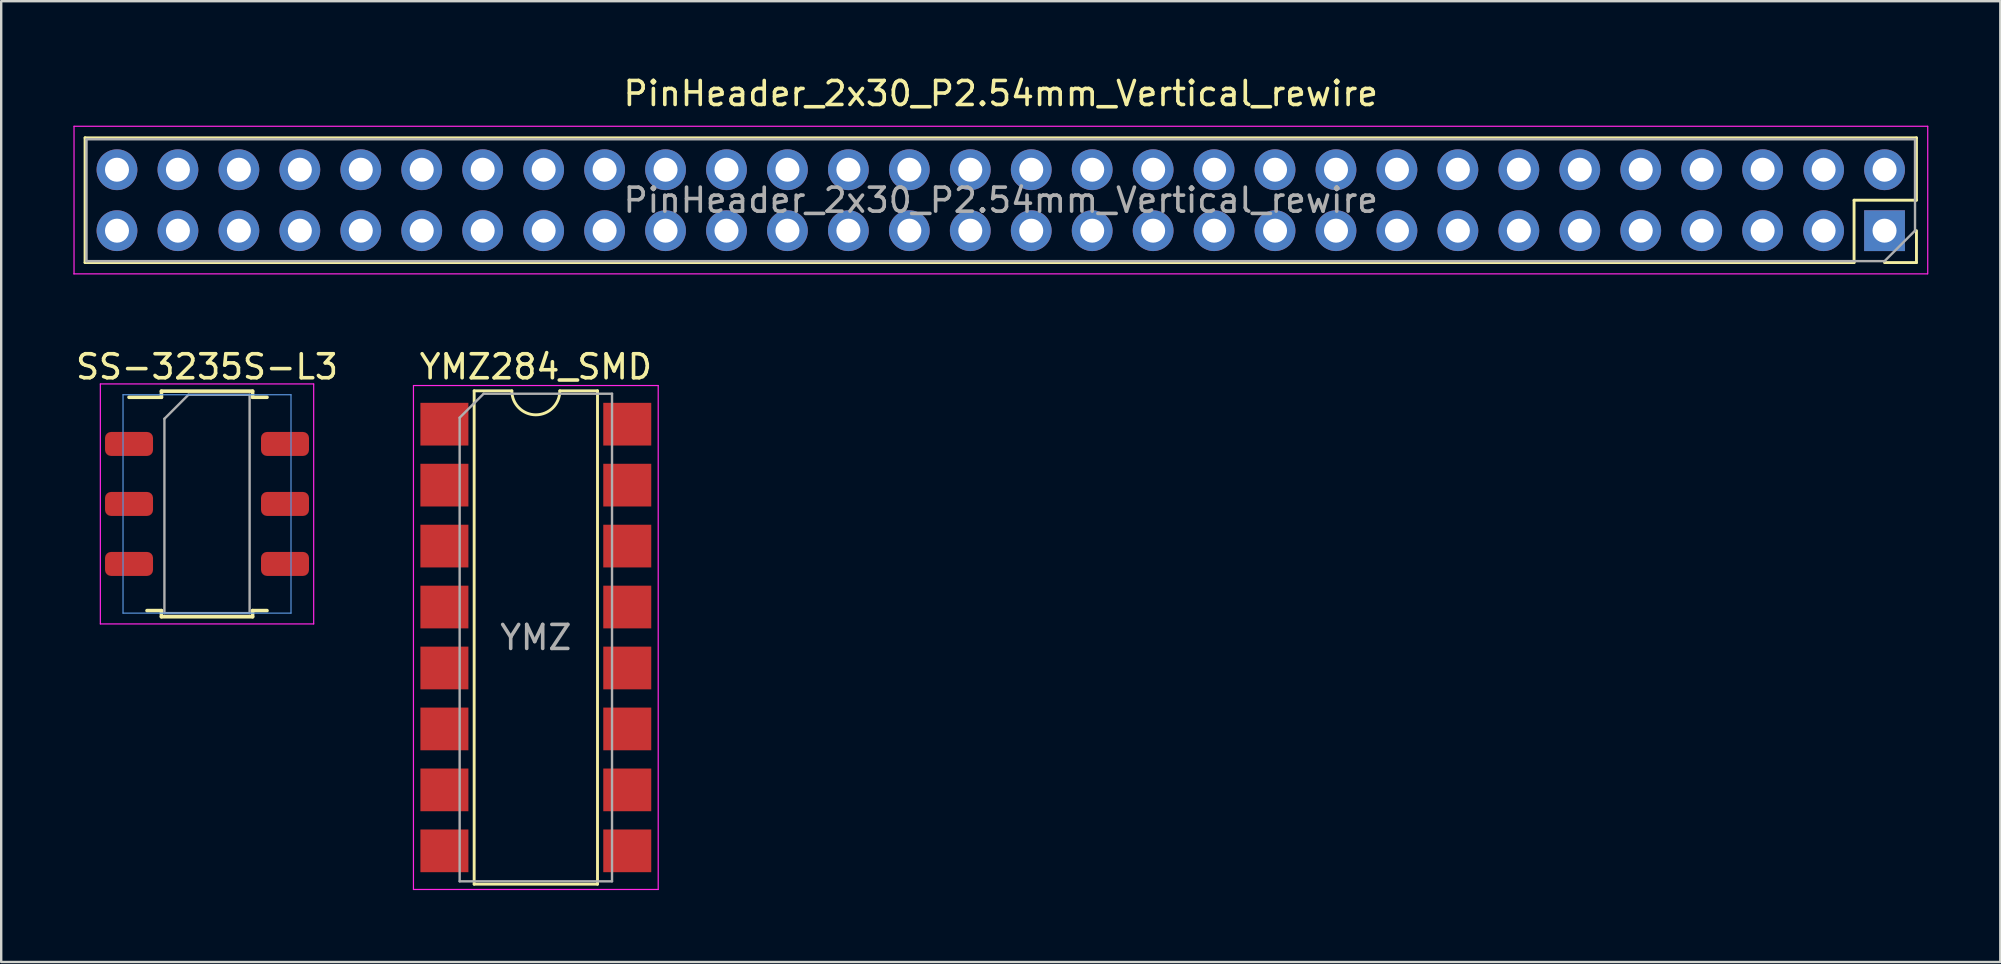
<source format=kicad_pcb>
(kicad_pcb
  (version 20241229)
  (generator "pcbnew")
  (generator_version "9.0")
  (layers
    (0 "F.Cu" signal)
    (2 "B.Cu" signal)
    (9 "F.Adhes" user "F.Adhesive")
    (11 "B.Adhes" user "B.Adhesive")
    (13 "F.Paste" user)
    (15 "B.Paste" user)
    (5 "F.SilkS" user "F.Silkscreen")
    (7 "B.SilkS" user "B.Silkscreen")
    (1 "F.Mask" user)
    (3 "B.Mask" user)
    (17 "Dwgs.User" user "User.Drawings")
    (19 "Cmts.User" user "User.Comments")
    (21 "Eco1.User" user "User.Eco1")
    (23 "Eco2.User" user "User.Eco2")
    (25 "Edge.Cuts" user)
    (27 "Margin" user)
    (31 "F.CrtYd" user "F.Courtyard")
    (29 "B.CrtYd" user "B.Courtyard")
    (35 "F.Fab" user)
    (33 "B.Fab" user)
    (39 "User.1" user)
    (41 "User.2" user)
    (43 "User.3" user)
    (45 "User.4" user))
  (footprint "SS-3235S-L3"
    (layer "F.Cu")
    (at 5.577 17.951)
    (property "Reference" "SS-3235S-L3" (at 0 -5.715 0) (layer "F.SilkS") (effects (font (size 1 1) (thickness 0.15))))
    (attr through_hole)
    (fp_line (start -3.25 -4.445) (end -1.9 -4.445) (stroke (width 0.15) (type solid)) (layer "F.SilkS"))
    (fp_line (start -2.5 4.445) (end -1.9 4.445) (stroke (width 0.15) (type solid)) (layer "F.SilkS"))
    (fp_line (start -1.9 -4.7) (end -1.9 -4.445) (stroke (width 0.15) (type solid)) (layer "F.SilkS"))
    (fp_line (start -1.9 -4.7) (end 1.9 -4.7) (stroke (width 0.15) (type solid)) (layer "F.SilkS"))
    (fp_line (start -1.9 4.445) (end -1.9 4.7) (stroke (width 0.15) (type solid)) (layer "F.SilkS"))
    (fp_line (start 1.9 -4.445) (end 1.9 -4.7) (stroke (width 0.15) (type solid)) (layer "F.SilkS"))
    (fp_line (start 1.9 4.445) (end 1.9 4.7) (stroke (width 0.15) (type solid)) (layer "F.SilkS"))
    (fp_line (start 1.9 4.7) (end -1.9 4.7) (stroke (width 0.15) (type solid)) (layer "F.SilkS"))
    (fp_line (start 2.5 -4.445) (end 1.9 -4.445) (stroke (width 0.15) (type solid)) (layer "F.SilkS"))
    (fp_line (start 2.5 4.445) (end 1.9 4.445) (stroke (width 0.15) (type solid)) (layer "F.SilkS"))
    (fp_line (start -3.5 -4.55) (end 3.5 -4.55) (stroke (width 0.05) (type solid)) (layer "Cmts.User"))
    (fp_line (start -3.5 4.55) (end -3.5 -4.55) (stroke (width 0.05) (type solid)) (layer "Cmts.User"))
    (fp_line (start 3.5 4.55) (end -3.5 4.55) (stroke (width 0.05) (type solid)) (layer "Cmts.User"))
    (fp_line (start 3.5 4.55) (end 3.5 -4.55) (stroke (width 0.05) (type solid)) (layer "Cmts.User"))
    (fp_line (start -4.445 -5) (end -4.445 5) (stroke (width 0.05) (type solid)) (layer "F.CrtYd"))
    (fp_line (start -4.445 5) (end 4.445 5) (stroke (width 0.05) (type solid)) (layer "F.CrtYd"))
    (fp_line (start 4.445 -5) (end -4.445 -5) (stroke (width 0.05) (type solid)) (layer "F.CrtYd"))
    (fp_line (start 4.445 -5) (end 4.445 5) (stroke (width 0.05) (type solid)) (layer "F.CrtYd"))
    (fp_line (start -1.775 -3.55) (end -0.775 -4.55) (stroke (width 0.1) (type solid)) (layer "F.Fab"))
    (fp_line (start -1.775 4.55) (end -1.775 -3.55) (stroke (width 0.1) (type solid)) (layer "F.Fab"))
    (fp_line (start -1.775 4.55) (end 1.775 4.55) (stroke (width 0.1) (type solid)) (layer "F.Fab"))
    (fp_line (start -0.775 -4.55) (end 1.775 -4.55) (stroke (width 0.1) (type solid)) (layer "F.Fab"))
    (fp_line (start 1.775 4.55) (end 1.775 -4.55) (stroke (width 0.1) (type solid)) (layer "F.Fab"))
    (pad "1" smd roundrect (at -3.25 -2.5 90) (size 1 2) (layers "F.Cu" "F.Mask" "F.Paste") (roundrect_rratio 0.25))
    (pad "2" smd roundrect (at -3.25 0 90) (size 1 2) (layers "F.Cu" "F.Mask" "F.Paste") (roundrect_rratio 0.25))
    (pad "3" smd roundrect (at -3.25 2.5 90) (size 1 2) (layers "F.Cu" "F.Mask" "F.Paste") (roundrect_rratio 0.25))
    (pad "4" smd roundrect (at 3.25 -2.5 90) (size 1 2) (layers "F.Cu" "F.Mask" "F.Paste") (roundrect_rratio 0.25))
    (pad "5" smd roundrect (at 3.25 0 90) (size 1 2) (layers "F.Cu" "F.Mask" "F.Paste") (roundrect_rratio 0.25))
    (pad "6" smd roundrect (at 3.25 2.5 90) (size 1 2) (layers "F.Cu" "F.Mask" "F.Paste") (roundrect_rratio 0.25)))
  (footprint "PinHeader_2x30_P2.54mm_Vertical_rewire"
    (layer "F.Cu")
    (at 38.655 5.293)
    (property "Reference" "PinHeader_2x30_P2.54mm_Vertical_rewire" (at 0 -4.445 180) (layer "F.SilkS") (effects (font (size 1 1) (thickness 0.15))))
    (attr through_hole)
    (fp_line (start -38.16 2.6) (end -38.16 -2.6) (stroke (width 0.12) (type solid)) (layer "F.SilkS"))
    (fp_line (start 35.56 0) (end 38.16 0) (stroke (width 0.12) (type solid)) (layer "F.SilkS"))
    (fp_line (start 35.56 2.6) (end -38.16 2.6) (stroke (width 0.12) (type solid)) (layer "F.SilkS"))
    (fp_line (start 35.56 2.6) (end 35.56 0) (stroke (width 0.12) (type solid)) (layer "F.SilkS"))
    (fp_line (start 36.83 2.6) (end 38.16 2.6) (stroke (width 0.12) (type solid)) (layer "F.SilkS"))
    (fp_line (start 38.16 -2.6) (end -38.16 -2.6) (stroke (width 0.12) (type solid)) (layer "F.SilkS"))
    (fp_line (start 38.16 0) (end 38.16 -2.6) (stroke (width 0.12) (type solid)) (layer "F.SilkS"))
    (fp_line (start 38.16 2.6) (end 38.16 1.27) (stroke (width 0.12) (type solid)) (layer "F.SilkS"))
    (fp_line (start -38.63 3.07) (end 38.62 3.07) (stroke (width 0.05) (type solid)) (layer "F.CrtYd"))
    (fp_line (start -38.62 -3.08) (end 38.63 -3.08) (stroke (width 0.05) (type solid)) (layer "F.CrtYd"))
    (fp_line (start -38.62 3.07) (end -38.62 -3.08) (stroke (width 0.05) (type solid)) (layer "F.CrtYd"))
    (fp_line (start 38.63 -3.08) (end 38.63 3.07) (stroke (width 0.05) (type solid)) (layer "F.CrtYd"))
    (fp_line (start -38.1 -2.54) (end -38.1 2.54) (stroke (width 0.1) (type solid)) (layer "F.Fab"))
    (fp_line (start -38.1 2.54) (end 36.83 2.54) (stroke (width 0.1) (type solid)) (layer "F.Fab"))
    (fp_line (start 36.83 2.54) (end 38.1 1.27) (stroke (width 0.1) (type solid)) (layer "F.Fab"))
    (fp_line (start 38.1 -2.54) (end -38.1 -2.54) (stroke (width 0.1) (type solid)) (layer "F.Fab"))
    (fp_line (start 38.1 1.27) (end 38.1 -2.54) (stroke (width 0.1) (type solid)) (layer "F.Fab"))
    (fp_text user "${REFERENCE}" (at 0 0 180) (layer "F.Fab") (effects (font (size 1 1) (thickness 0.15))))
    (pad "1" thru_hole rect (at 36.83 1.27 270) (size 1.7 1.7) (drill 1) (layers "*.Cu" "*.Mask"))
    (pad "2" thru_hole oval (at 34.29 1.27 270) (size 1.7 1.7) (drill 1) (layers "*.Cu" "*.Mask"))
    (pad "3" thru_hole oval (at 31.75 1.27 270) (size 1.7 1.7) (drill 1) (layers "*.Cu" "*.Mask"))
    (pad "4" thru_hole oval (at 29.21 1.27 270) (size 1.7 1.7) (drill 1) (layers "*.Cu" "*.Mask"))
    (pad "5" thru_hole oval (at 26.67 1.27 270) (size 1.7 1.7) (drill 1) (layers "*.Cu" "*.Mask"))
    (pad "6" thru_hole oval (at 24.13 1.27 270) (size 1.7 1.7) (drill 1) (layers "*.Cu" "*.Mask"))
    (pad "7" thru_hole oval (at 21.59 1.27 270) (size 1.7 1.7) (drill 1) (layers "*.Cu" "*.Mask"))
    (pad "8" thru_hole oval (at 19.05 1.27 270) (size 1.7 1.7) (drill 1) (layers "*.Cu" "*.Mask"))
    (pad "9" thru_hole oval (at 16.51 1.27 270) (size 1.7 1.7) (drill 1) (layers "*.Cu" "*.Mask"))
    (pad "10" thru_hole oval (at 13.97 1.27 270) (size 1.7 1.7) (drill 1) (layers "*.Cu" "*.Mask"))
    (pad "11" thru_hole oval (at 11.43 1.27 270) (size 1.7 1.7) (drill 1) (layers "*.Cu" "*.Mask"))
    (pad "12" thru_hole oval (at 8.89 1.27 270) (size 1.7 1.7) (drill 1) (layers "*.Cu" "*.Mask"))
    (pad "13" thru_hole oval (at 6.35 1.27 270) (size 1.7 1.7) (drill 1) (layers "*.Cu" "*.Mask"))
    (pad "14" thru_hole oval (at 3.81 1.27 270) (size 1.7 1.7) (drill 1) (layers "*.Cu" "*.Mask"))
    (pad "15" thru_hole oval (at 1.27 1.27 270) (size 1.7 1.7) (drill 1) (layers "*.Cu" "*.Mask"))
    (pad "16" thru_hole oval (at -1.27 1.27 270) (size 1.7 1.7) (drill 1) (layers "*.Cu" "*.Mask"))
    (pad "17" thru_hole oval (at -3.81 1.27 270) (size 1.7 1.7) (drill 1) (layers "*.Cu" "*.Mask"))
    (pad "18" thru_hole oval (at -6.35 1.27 270) (size 1.7 1.7) (drill 1) (layers "*.Cu" "*.Mask"))
    (pad "19" thru_hole oval (at -8.89 1.27 270) (size 1.7 1.7) (drill 1) (layers "*.Cu" "*.Mask"))
    (pad "20" thru_hole oval (at -11.43 1.27 270) (size 1.7 1.7) (drill 1) (layers "*.Cu" "*.Mask"))
    (pad "21" thru_hole oval (at -13.97 1.27 270) (size 1.7 1.7) (drill 1) (layers "*.Cu" "*.Mask"))
    (pad "22" thru_hole oval (at -16.51 1.27 270) (size 1.7 1.7) (drill 1) (layers "*.Cu" "*.Mask"))
    (pad "23" thru_hole oval (at -19.05 1.27 270) (size 1.7 1.7) (drill 1) (layers "*.Cu" "*.Mask"))
    (pad "24" thru_hole oval (at -21.59 1.27 270) (size 1.7 1.7) (drill 1) (layers "*.Cu" "*.Mask"))
    (pad "25" thru_hole oval (at -24.13 1.27 270) (size 1.7 1.7) (drill 1) (layers "*.Cu" "*.Mask"))
    (pad "26" thru_hole oval (at -26.67 1.27 270) (size 1.7 1.7) (drill 1) (layers "*.Cu" "*.Mask"))
    (pad "27" thru_hole oval (at -29.21 1.27 270) (size 1.7 1.7) (drill 1) (layers "*.Cu" "*.Mask"))
    (pad "28" thru_hole oval (at -31.75 1.27 270) (size 1.7 1.7) (drill 1) (layers "*.Cu" "*.Mask"))
    (pad "29" thru_hole oval (at -34.29 1.27 270) (size 1.7 1.7) (drill 1) (layers "*.Cu" "*.Mask"))
    (pad "30" thru_hole oval (at -36.83 1.27 270) (size 1.7 1.7) (drill 1) (layers "*.Cu" "*.Mask"))
    (pad "31" thru_hole oval (at 36.83 -1.27 270) (size 1.7 1.7) (drill 1) (layers "*.Cu" "*.Mask"))
    (pad "32" thru_hole oval (at 34.29 -1.27 270) (size 1.7 1.7) (drill 1) (layers "*.Cu" "*.Mask"))
    (pad "33" thru_hole oval (at 31.75 -1.27 270) (size 1.7 1.7) (drill 1) (layers "*.Cu" "*.Mask"))
    (pad "34" thru_hole oval (at 29.21 -1.27 270) (size 1.7 1.7) (drill 1) (layers "*.Cu" "*.Mask"))
    (pad "35" thru_hole oval (at 26.67 -1.27 270) (size 1.7 1.7) (drill 1) (layers "*.Cu" "*.Mask"))
    (pad "36" thru_hole oval (at 24.13 -1.27 270) (size 1.7 1.7) (drill 1) (layers "*.Cu" "*.Mask"))
    (pad "37" thru_hole oval (at 21.59 -1.27 270) (size 1.7 1.7) (drill 1) (layers "*.Cu" "*.Mask"))
    (pad "38" thru_hole oval (at 19.05 -1.27 270) (size 1.7 1.7) (drill 1) (layers "*.Cu" "*.Mask"))
    (pad "39" thru_hole oval (at 16.51 -1.27 270) (size 1.7 1.7) (drill 1) (layers "*.Cu" "*.Mask"))
    (pad "40" thru_hole oval (at 13.97 -1.27 270) (size 1.7 1.7) (drill 1) (layers "*.Cu" "*.Mask"))
    (pad "41" thru_hole oval (at 11.43 -1.27 270) (size 1.7 1.7) (drill 1) (layers "*.Cu" "*.Mask"))
    (pad "42" thru_hole oval (at 8.89 -1.27 270) (size 1.7 1.7) (drill 1) (layers "*.Cu" "*.Mask"))
    (pad "43" thru_hole oval (at 6.35 -1.27 270) (size 1.7 1.7) (drill 1) (layers "*.Cu" "*.Mask"))
    (pad "44" thru_hole oval (at 3.81 -1.27 270) (size 1.7 1.7) (drill 1) (layers "*.Cu" "*.Mask"))
    (pad "45" thru_hole oval (at 1.27 -1.27 270) (size 1.7 1.7) (drill 1) (layers "*.Cu" "*.Mask"))
    (pad "46" thru_hole oval (at -1.27 -1.27 270) (size 1.7 1.7) (drill 1) (layers "*.Cu" "*.Mask"))
    (pad "47" thru_hole oval (at -3.81 -1.27 270) (size 1.7 1.7) (drill 1) (layers "*.Cu" "*.Mask"))
    (pad "48" thru_hole oval (at -6.35 -1.27 270) (size 1.7 1.7) (drill 1) (layers "*.Cu" "*.Mask"))
    (pad "49" thru_hole oval (at -8.89 -1.27 270) (size 1.7 1.7) (drill 1) (layers "*.Cu" "*.Mask"))
    (pad "50" thru_hole oval (at -11.43 -1.27 270) (size 1.7 1.7) (drill 1) (layers "*.Cu" "*.Mask"))
    (pad "51" thru_hole oval (at -13.97 -1.27 270) (size 1.7 1.7) (drill 1) (layers "*.Cu" "*.Mask"))
    (pad "52" thru_hole oval (at -16.51 -1.27 270) (size 1.7 1.7) (drill 1) (layers "*.Cu" "*.Mask"))
    (pad "53" thru_hole oval (at -19.05 -1.27 270) (size 1.7 1.7) (drill 1) (layers "*.Cu" "*.Mask"))
    (pad "54" thru_hole oval (at -21.59 -1.27 270) (size 1.7 1.7) (drill 1) (layers "*.Cu" "*.Mask"))
    (pad "55" thru_hole oval (at -24.13 -1.27 270) (size 1.7 1.7) (drill 1) (layers "*.Cu" "*.Mask"))
    (pad "56" thru_hole oval (at -26.67 -1.27 270) (size 1.7 1.7) (drill 1) (layers "*.Cu" "*.Mask"))
    (pad "57" thru_hole oval (at -29.21 -1.27 270) (size 1.7 1.7) (drill 1) (layers "*.Cu" "*.Mask"))
    (pad "58" thru_hole oval (at -31.75 -1.27 270) (size 1.7 1.7) (drill 1) (layers "*.Cu" "*.Mask"))
    (pad "59" thru_hole oval (at -34.29 -1.27 270) (size 1.7 1.7) (drill 1) (layers "*.Cu" "*.Mask"))
    (pad "60" thru_hole oval (at -36.83 -1.27 270) (size 1.7 1.7) (drill 1) (layers "*.Cu" "*.Mask")))
  (footprint "YMZ284_SMD"
    (layer "F.Cu")
    (at 19.28 23.517)
    (property "Reference" "YMZ284_SMD" (at 0 -11.28 0) (layer "F.SilkS") (effects (font (size 1 1) (thickness 0.15))))
    (attr smd)
    (fp_line (start -2.57 -10.28) (end -2.57 10.28) (stroke (width 0.12) (type solid)) (layer "F.SilkS"))
    (fp_line (start -2.57 10.28) (end 2.57 10.28) (stroke (width 0.12) (type solid)) (layer "F.SilkS"))
    (fp_line (start -1 -10.28) (end -2.57 -10.28) (stroke (width 0.12) (type solid)) (layer "F.SilkS"))
    (fp_line (start 2.57 -10.28) (end 1 -10.28) (stroke (width 0.12) (type solid)) (layer "F.SilkS"))
    (fp_line (start 2.57 10.28) (end 2.57 -10.28) (stroke (width 0.12) (type solid)) (layer "F.SilkS"))
    (fp_arc (start 1 -10.28) (mid 0 -9.28) (end -1 -10.28) (stroke (width 0.12) (type solid)) (layer "F.SilkS"))
    (fp_line (start -5.1 -10.5) (end -5.1 10.5) (stroke (width 0.05) (type solid)) (layer "F.CrtYd"))
    (fp_line (start -5.1 10.5) (end 5.1 10.5) (stroke (width 0.05) (type solid)) (layer "F.CrtYd"))
    (fp_line (start 5.1 -10.5) (end -5.1 -10.5) (stroke (width 0.05) (type solid)) (layer "F.CrtYd"))
    (fp_line (start 5.1 10.5) (end 5.1 -10.5) (stroke (width 0.05) (type solid)) (layer "F.CrtYd"))
    (fp_line (start -3.175 -9.16) (end -2.175 -10.16) (stroke (width 0.1) (type solid)) (layer "F.Fab"))
    (fp_line (start -3.175 10.16) (end -3.175 -9.16) (stroke (width 0.1) (type solid)) (layer "F.Fab"))
    (fp_line (start -2.175 -10.16) (end 3.175 -10.16) (stroke (width 0.1) (type solid)) (layer "F.Fab"))
    (fp_line (start 3.175 -10.16) (end 3.175 10.16) (stroke (width 0.1) (type solid)) (layer "F.Fab"))
    (fp_line (start 3.175 10.16) (end -3.175 10.16) (stroke (width 0.1) (type solid)) (layer "F.Fab"))
    (fp_text user "YMZ" (at 0 0 0) (layer "F.Fab") (effects (font (size 1 1) (thickness 0.15))))
    (pad "/CS" smd rect (at -3.81 -6.35) (size 2 1.78) (layers "F.Cu" "F.Mask" "F.Paste"))
    (pad "/IC" smd rect (at -3.81 8.89) (size 2 1.78) (layers "F.Cu" "F.Mask" "F.Paste"))
    (pad "/WR" smd rect (at -3.81 -8.89) (size 2 1.78) (layers "F.Cu" "F.Mask" "F.Paste"))
    (pad "A0" smd rect (at -3.81 -3.81) (size 2 1.78) (layers "F.Cu" "F.Mask" "F.Paste"))
    (pad "D0" smd rect (at 3.81 -8.89) (size 2 1.78) (layers "F.Cu" "F.Mask" "F.Paste"))
    (pad "D1" smd rect (at 3.81 -6.35) (size 2 1.78) (layers "F.Cu" "F.Mask" "F.Paste"))
    (pad "D2" smd rect (at 3.81 -3.81) (size 2 1.78) (layers "F.Cu" "F.Mask" "F.Paste"))
    (pad "D3" smd rect (at 3.81 -1.27) (size 2 1.78) (layers "F.Cu" "F.Mask" "F.Paste"))
    (pad "D4" smd rect (at 3.81 1.27) (size 2 1.78) (layers "F.Cu" "F.Mask" "F.Paste"))
    (pad "D5" smd rect (at 3.81 3.81) (size 2 1.78) (layers "F.Cu" "F.Mask" "F.Paste"))
    (pad "D6" smd rect (at 3.81 6.35) (size 2 1.78) (layers "F.Cu" "F.Mask" "F.Paste"))
    (pad "D7" smd rect (at 3.81 8.89) (size 2 1.78) (layers "F.Cu" "F.Mask" "F.Paste"))
    (pad "GND" smd rect (at -3.81 3.81) (size 2 1.78) (layers "F.Cu" "F.Mask" "F.Paste"))
    (pad "M" smd rect (at -3.81 6.35) (size 2 1.78) (layers "F.Cu" "F.Mask" "F.Paste"))
    (pad "SO" smd rect (at -3.81 1.27) (size 2 1.78) (layers "F.Cu" "F.Mask" "F.Paste"))
    (pad "VCC" smd rect (at -3.81 -1.27) (size 2 1.78) (layers "F.Cu" "F.Mask" "F.Paste")))
  (gr_rect
    (start -3 -3)
    (end 80.31 37.041)
    (stroke (width 0.1) (type default))
    (fill no)
    (layer "Edge.Cuts")))
</source>
